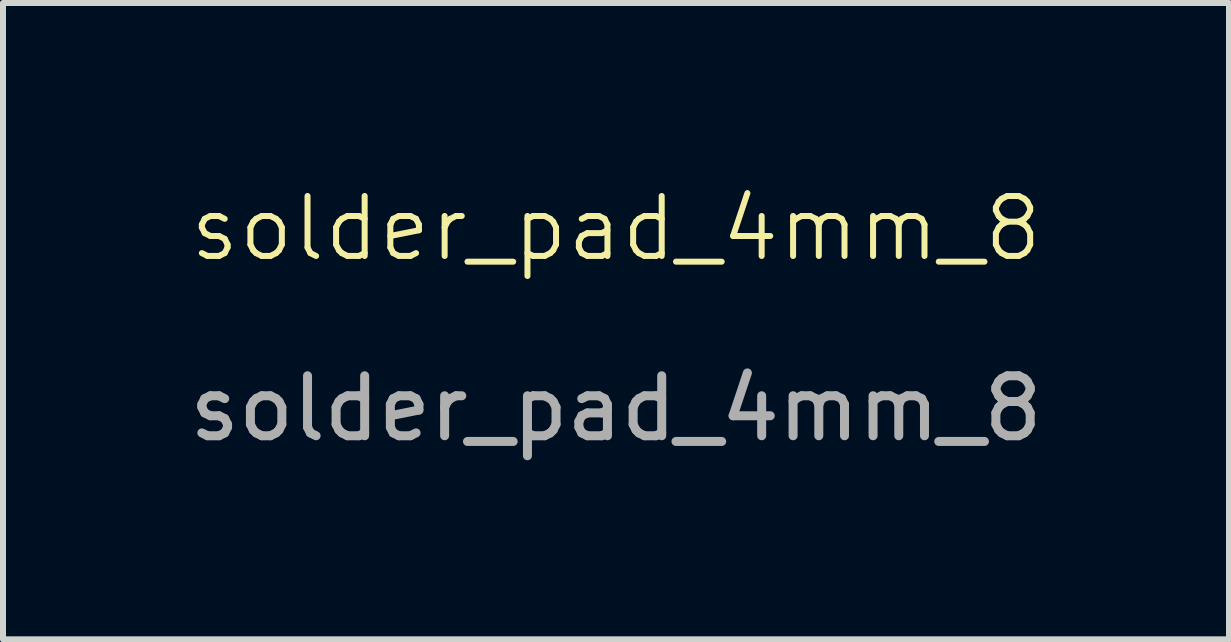
<source format=kicad_pcb>
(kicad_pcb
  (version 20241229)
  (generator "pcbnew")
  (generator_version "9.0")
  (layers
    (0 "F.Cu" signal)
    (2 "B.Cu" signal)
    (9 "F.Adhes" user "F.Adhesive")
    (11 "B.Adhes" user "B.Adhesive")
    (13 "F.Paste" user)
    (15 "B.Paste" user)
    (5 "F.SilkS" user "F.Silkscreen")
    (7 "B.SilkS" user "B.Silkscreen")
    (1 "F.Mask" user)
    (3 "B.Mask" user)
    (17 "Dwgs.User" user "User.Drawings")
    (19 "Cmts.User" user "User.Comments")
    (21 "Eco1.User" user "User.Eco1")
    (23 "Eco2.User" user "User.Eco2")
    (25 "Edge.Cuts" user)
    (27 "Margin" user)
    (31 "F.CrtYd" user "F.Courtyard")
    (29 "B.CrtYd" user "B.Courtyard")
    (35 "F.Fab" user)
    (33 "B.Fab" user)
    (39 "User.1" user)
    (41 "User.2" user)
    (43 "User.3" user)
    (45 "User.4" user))
  (footprint "solder_pad_4mm_8"
    (layer "F.Cu")
    (at 7.22 1.26)
    (property "Reference" "solder_pad_4mm_8" (at 0 -0.5 0) (unlocked yes) (layer "F.SilkS") (effects (font (size 1 1) (thickness 0.1))))
    (attr through_hole)
    (fp_text user "${REFERENCE}" (at 0 2.5 0) (unlocked yes) (layer "F.Fab") (effects (font (size 1 1) (thickness 0.15)))))
  (gr_rect
    (start -3 -3)
    (end 17.44 7.609)
    (stroke (width 0.1) (type default))
    (fill no)
    (layer "Edge.Cuts")))
</source>
